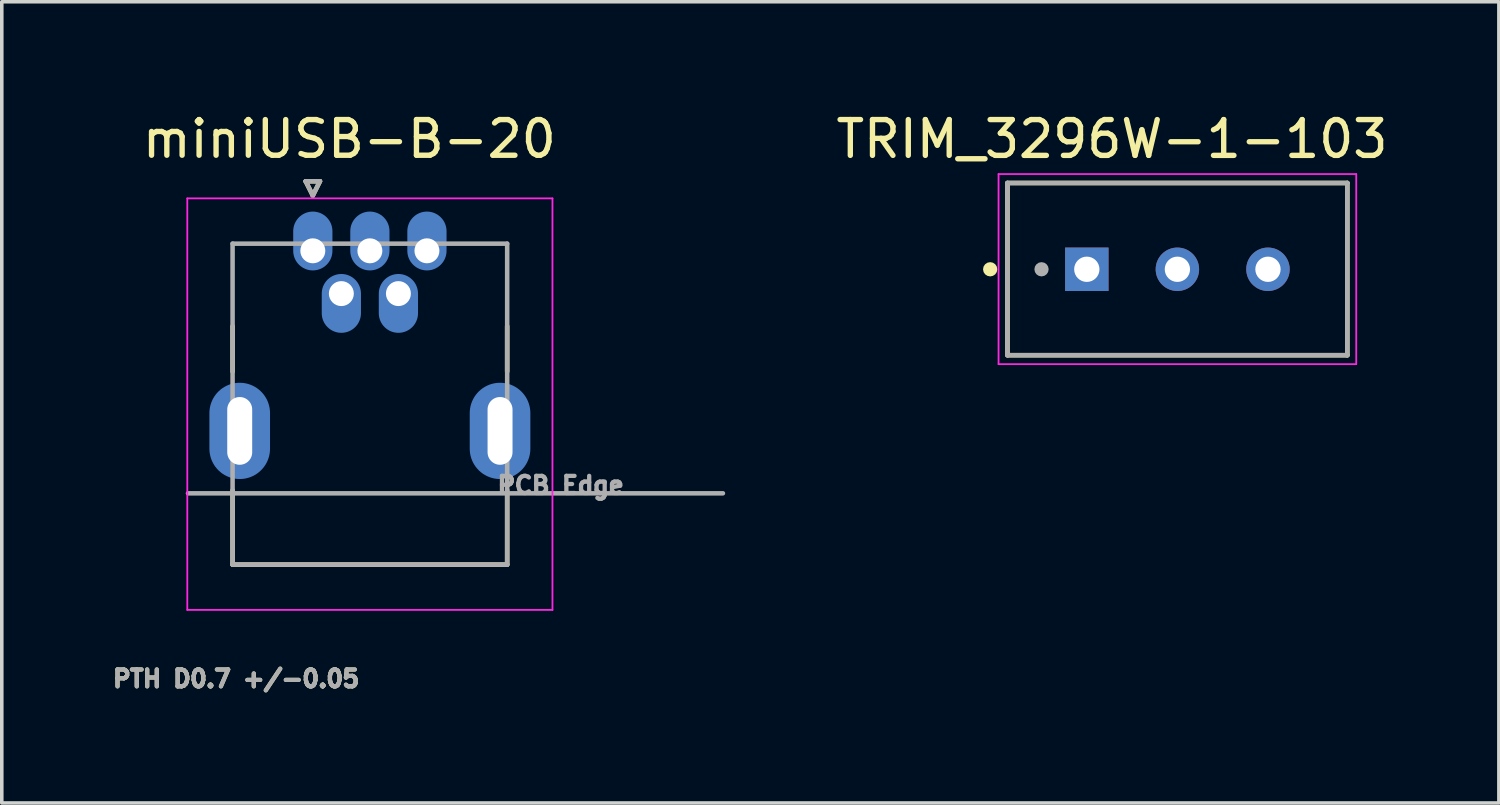
<source format=kicad_pcb>
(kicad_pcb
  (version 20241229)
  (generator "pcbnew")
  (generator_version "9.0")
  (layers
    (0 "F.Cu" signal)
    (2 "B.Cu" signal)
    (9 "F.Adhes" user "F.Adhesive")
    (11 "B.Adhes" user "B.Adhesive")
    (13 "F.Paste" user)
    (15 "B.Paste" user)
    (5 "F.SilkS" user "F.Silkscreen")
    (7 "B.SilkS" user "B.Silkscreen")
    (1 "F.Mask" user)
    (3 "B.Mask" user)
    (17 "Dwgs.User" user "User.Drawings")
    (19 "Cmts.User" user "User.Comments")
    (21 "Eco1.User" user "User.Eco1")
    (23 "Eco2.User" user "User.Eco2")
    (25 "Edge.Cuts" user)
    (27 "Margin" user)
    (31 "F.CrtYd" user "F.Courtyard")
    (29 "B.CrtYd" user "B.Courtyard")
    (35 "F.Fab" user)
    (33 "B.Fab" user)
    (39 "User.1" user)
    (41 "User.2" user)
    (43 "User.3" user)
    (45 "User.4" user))
  (footprint "TRIM_3296W-1-103"
    (layer "F.Cu")
    (at 29.966 4.501)
    (property "Reference" "TRIM_3296W-1-103" (at -1.833 -3.651 0) (layer "F.SilkS") (effects (font (size 1.004 1.004) (thickness 0.15))))
    (attr through_hole)
    (fp_line (start -4.765 -2.42) (end 4.765 -2.42) (stroke (width 0.127) (type solid)) (layer "F.SilkS"))
    (fp_line (start -4.765 2.41) (end -4.765 -2.42) (stroke (width 0.127) (type solid)) (layer "F.SilkS"))
    (fp_line (start 4.765 -2.42) (end 4.765 2.41) (stroke (width 0.127) (type solid)) (layer "F.SilkS"))
    (fp_line (start 4.765 2.41) (end -4.765 2.41) (stroke (width 0.127) (type solid)) (layer "F.SilkS"))
    (fp_circle (center -5.25 0) (end -5.15 0) (stroke (width 0.2) (type solid)) (fill no) (layer "F.SilkS"))
    (fp_line (start -5.015 -2.67) (end 5.015 -2.67) (stroke (width 0.05) (type solid)) (layer "F.CrtYd"))
    (fp_line (start -5.015 2.66) (end -5.015 -2.67) (stroke (width 0.05) (type solid)) (layer "F.CrtYd"))
    (fp_line (start 5.015 -2.67) (end 5.015 2.66) (stroke (width 0.05) (type solid)) (layer "F.CrtYd"))
    (fp_line (start 5.015 2.66) (end -5.015 2.66) (stroke (width 0.05) (type solid)) (layer "F.CrtYd"))
    (fp_line (start -4.765 -2.42) (end 4.765 -2.42) (stroke (width 0.127) (type solid)) (layer "F.Fab"))
    (fp_line (start -4.765 2.41) (end -4.765 -2.42) (stroke (width 0.127) (type solid)) (layer "F.Fab"))
    (fp_line (start 4.765 -2.42) (end 4.765 2.41) (stroke (width 0.127) (type solid)) (layer "F.Fab"))
    (fp_line (start 4.765 2.41) (end -4.765 2.41) (stroke (width 0.127) (type solid)) (layer "F.Fab"))
    (fp_circle (center -3.81 0) (end -3.71 0) (stroke (width 0.2) (type solid)) (fill no) (layer "F.Fab"))
    (pad "1" thru_hole rect (at -2.54 0) (size 1.218 1.218) (drill 0.71) (layers "*.Cu" "*.Mask"))
    (pad "2" thru_hole circle (at 0 0) (size 1.218 1.218) (drill 0.71) (layers "*.Cu" "*.Mask"))
    (pad "3" thru_hole circle (at 2.54 0) (size 1.218 1.218) (drill 0.71) (layers "*.Cu" "*.Mask")))
  (footprint "miniUSB-B-20"
    (layer "F.Cu")
    (at 7.322 3.983)
    (property "Reference" "miniUSB-B-20" (at -0.575 -3.135 0) (layer "F.SilkS") (effects (font (size 1 1) (thickness 0.15))))
    (attr smd)
    (fp_poly (pts (xy -3.011 4.411) (xy -3.011 5.689) (xy -3.024 5.755) (xy -3.041 5.814) (xy -3.063 5.871) (xy -3.091 5.925) (xy -3.124 5.977) (xy -3.162 6.026) (xy -3.205 6.07) (xy -3.251 6.11) (xy -3.301 6.146) (xy -3.354 6.177) (xy -3.41 6.202) (xy -3.468 6.223) (xy -3.528 6.237) (xy -3.589 6.246) (xy -3.65 6.249) (xy -3.711 6.246) (xy -3.772 6.237) (xy -3.832 6.223) (xy -3.89 6.202) (xy -3.946 6.177) (xy -3.999 6.146) (xy -4.049 6.11) (xy -4.095 6.07) (xy -4.138 6.026) (xy -4.176 5.977) (xy -4.209 5.925) (xy -4.237 5.871) (xy -4.259 5.814) (xy -4.276 5.755) (xy -4.289 5.689) (xy -4.289 4.411) (xy -4.276 4.345) (xy -4.259 4.286) (xy -4.237 4.229) (xy -4.209 4.175) (xy -4.176 4.123) (xy -4.138 4.074) (xy -4.095 4.03) (xy -4.049 3.99) (xy -3.999 3.954) (xy -3.946 3.923) (xy -3.89 3.898) (xy -3.832 3.877) (xy -3.772 3.863) (xy -3.711 3.854) (xy -3.65 3.851) (xy -3.589 3.854) (xy -3.528 3.863) (xy -3.468 3.877) (xy -3.41 3.898) (xy -3.354 3.923) (xy -3.301 3.954) (xy -3.251 3.99) (xy -3.205 4.03) (xy -3.162 4.074) (xy -3.124 4.123) (xy -3.091 4.175) (xy -3.063 4.229) (xy -3.041 4.286) (xy -3.024 4.345) (xy -3.011 4.411) (xy -3.011 4.411)) (stroke (width 0.01) (type solid)) (fill yes) (layer "F.Mask"))
    (fp_poly (pts (xy 4.289 4.411) (xy 4.289 5.689) (xy 4.276 5.755) (xy 4.259 5.814) (xy 4.237 5.871) (xy 4.209 5.925) (xy 4.176 5.977) (xy 4.138 6.026) (xy 4.095 6.07) (xy 4.049 6.11) (xy 3.999 6.146) (xy 3.946 6.177) (xy 3.89 6.202) (xy 3.832 6.223) (xy 3.772 6.237) (xy 3.711 6.246) (xy 3.65 6.249) (xy 3.589 6.246) (xy 3.528 6.237) (xy 3.468 6.223) (xy 3.41 6.202) (xy 3.354 6.177) (xy 3.301 6.146) (xy 3.251 6.11) (xy 3.205 6.07) (xy 3.162 6.026) (xy 3.124 5.977) (xy 3.091 5.925) (xy 3.063 5.871) (xy 3.041 5.814) (xy 3.024 5.755) (xy 3.011 5.689) (xy 3.011 4.411) (xy 3.024 4.345) (xy 3.041 4.286) (xy 3.063 4.229) (xy 3.091 4.175) (xy 3.124 4.123) (xy 3.162 4.074) (xy 3.205 4.03) (xy 3.251 3.99) (xy 3.301 3.954) (xy 3.354 3.923) (xy 3.41 3.898) (xy 3.468 3.877) (xy 3.528 3.863) (xy 3.589 3.854) (xy 3.65 3.851) (xy 3.711 3.854) (xy 3.772 3.863) (xy 3.832 3.877) (xy 3.89 3.898) (xy 3.946 3.923) (xy 3.999 3.954) (xy 4.049 3.99) (xy 4.095 4.03) (xy 4.138 4.074) (xy 4.176 4.123) (xy 4.209 4.175) (xy 4.237 4.229) (xy 4.259 4.286) (xy 4.276 4.345) (xy 4.289 4.411) (xy 4.289 4.411)) (stroke (width 0.01) (type solid)) (fill yes) (layer "F.Mask"))
    (fp_poly (pts (xy -2.724 4.55) (xy -2.724 5.55) (xy -2.729 5.647) (xy -2.744 5.743) (xy -2.769 5.836) (xy -2.804 5.927) (xy -2.848 6.013) (xy -2.901 6.094) (xy -2.962 6.17) (xy -3.03 6.238) (xy -3.106 6.299) (xy -3.187 6.352) (xy -3.273 6.396) (xy -3.364 6.431) (xy -3.457 6.456) (xy -3.553 6.471) (xy -3.65 6.476) (xy -3.747 6.471) (xy -3.843 6.456) (xy -3.936 6.431) (xy -4.027 6.396) (xy -4.113 6.352) (xy -4.194 6.299) (xy -4.27 6.238) (xy -4.338 6.17) (xy -4.399 6.094) (xy -4.452 6.013) (xy -4.496 5.927) (xy -4.531 5.836) (xy -4.556 5.743) (xy -4.571 5.647) (xy -4.576 5.55) (xy -4.576 4.55) (xy -4.571 4.453) (xy -4.556 4.357) (xy -4.531 4.264) (xy -4.496 4.173) (xy -4.452 4.087) (xy -4.399 4.006) (xy -4.338 3.93) (xy -4.27 3.862) (xy -4.194 3.801) (xy -4.113 3.748) (xy -4.027 3.704) (xy -3.936 3.669) (xy -3.843 3.644) (xy -3.747 3.629) (xy -3.65 3.624) (xy -3.553 3.629) (xy -3.457 3.644) (xy -3.364 3.669) (xy -3.273 3.704) (xy -3.187 3.748) (xy -3.106 3.801) (xy -3.03 3.862) (xy -2.962 3.93) (xy -2.901 4.006) (xy -2.848 4.087) (xy -2.804 4.173) (xy -2.769 4.264) (xy -2.744 4.357) (xy -2.729 4.453) (xy -2.724 4.55) (xy -2.724 4.55)) (stroke (width 0.01) (type solid)) (fill yes) (layer "B.Mask"))
    (fp_poly (pts (xy -0.974 -0.55) (xy -0.974 0) (xy -0.977 0.065) (xy -0.987 0.13) (xy -1.004 0.194) (xy -1.028 0.255) (xy -1.058 0.313) (xy -1.093 0.368) (xy -1.135 0.419) (xy -1.181 0.465) (xy -1.232 0.507) (xy -1.287 0.542) (xy -1.345 0.572) (xy -1.406 0.596) (xy -1.47 0.613) (xy -1.535 0.623) (xy -1.6 0.626) (xy -1.665 0.623) (xy -1.73 0.613) (xy -1.794 0.596) (xy -1.855 0.572) (xy -1.913 0.542) (xy -1.968 0.507) (xy -2.019 0.465) (xy -2.065 0.419) (xy -2.107 0.368) (xy -2.142 0.313) (xy -2.172 0.255) (xy -2.196 0.194) (xy -2.213 0.13) (xy -2.223 0.065) (xy -2.226 0) (xy -2.226 -0.55) (xy -2.223 -0.615) (xy -2.213 -0.68) (xy -2.196 -0.744) (xy -2.172 -0.805) (xy -2.142 -0.863) (xy -2.107 -0.918) (xy -2.065 -0.969) (xy -2.019 -1.015) (xy -1.968 -1.057) (xy -1.913 -1.092) (xy -1.855 -1.122) (xy -1.794 -1.146) (xy -1.73 -1.163) (xy -1.665 -1.173) (xy -1.6 -1.176) (xy -1.535 -1.173) (xy -1.47 -1.163) (xy -1.406 -1.146) (xy -1.345 -1.122) (xy -1.287 -1.092) (xy -1.232 -1.057) (xy -1.181 -1.015) (xy -1.135 -0.969) (xy -1.093 -0.918) (xy -1.058 -0.863) (xy -1.028 -0.805) (xy -1.004 -0.744) (xy -0.987 -0.68) (xy -0.977 -0.615) (xy -0.974 -0.55) (xy -0.974 -0.55)) (stroke (width 0.01) (type solid)) (fill yes) (layer "B.Mask"))
    (fp_poly (pts (xy -0.174 1.2) (xy -0.174 1.75) (xy -0.177 1.815) (xy -0.187 1.88) (xy -0.204 1.944) (xy -0.228 2.005) (xy -0.258 2.063) (xy -0.293 2.118) (xy -0.335 2.169) (xy -0.381 2.215) (xy -0.432 2.257) (xy -0.487 2.292) (xy -0.545 2.322) (xy -0.606 2.346) (xy -0.67 2.363) (xy -0.735 2.373) (xy -0.8 2.376) (xy -0.865 2.373) (xy -0.93 2.363) (xy -0.994 2.346) (xy -1.055 2.322) (xy -1.113 2.292) (xy -1.168 2.257) (xy -1.219 2.215) (xy -1.265 2.169) (xy -1.307 2.118) (xy -1.342 2.063) (xy -1.372 2.005) (xy -1.396 1.944) (xy -1.413 1.88) (xy -1.423 1.815) (xy -1.426 1.75) (xy -1.426 1.2) (xy -1.423 1.135) (xy -1.413 1.07) (xy -1.396 1.006) (xy -1.372 0.945) (xy -1.342 0.887) (xy -1.307 0.832) (xy -1.265 0.781) (xy -1.219 0.735) (xy -1.168 0.693) (xy -1.113 0.658) (xy -1.055 0.628) (xy -0.994 0.604) (xy -0.93 0.587) (xy -0.865 0.577) (xy -0.8 0.574) (xy -0.735 0.577) (xy -0.67 0.587) (xy -0.606 0.604) (xy -0.545 0.628) (xy -0.487 0.658) (xy -0.432 0.693) (xy -0.381 0.735) (xy -0.335 0.781) (xy -0.293 0.832) (xy -0.258 0.887) (xy -0.228 0.945) (xy -0.204 1.006) (xy -0.187 1.07) (xy -0.177 1.135) (xy -0.174 1.2) (xy -0.174 1.2)) (stroke (width 0.01) (type solid)) (fill yes) (layer "B.Mask"))
    (fp_poly (pts (xy 0.626 -0.55) (xy 0.626 0) (xy 0.623 0.065) (xy 0.613 0.13) (xy 0.596 0.194) (xy 0.572 0.255) (xy 0.542 0.313) (xy 0.507 0.368) (xy 0.465 0.419) (xy 0.419 0.465) (xy 0.368 0.507) (xy 0.313 0.542) (xy 0.255 0.572) (xy 0.194 0.596) (xy 0.13 0.613) (xy 0.065 0.623) (xy 0 0.626) (xy -0.065 0.623) (xy -0.13 0.613) (xy -0.194 0.596) (xy -0.255 0.572) (xy -0.313 0.542) (xy -0.368 0.507) (xy -0.419 0.465) (xy -0.465 0.419) (xy -0.507 0.368) (xy -0.542 0.313) (xy -0.572 0.255) (xy -0.596 0.194) (xy -0.613 0.13) (xy -0.623 0.065) (xy -0.626 0) (xy -0.626 -0.55) (xy -0.623 -0.615) (xy -0.613 -0.68) (xy -0.596 -0.744) (xy -0.572 -0.805) (xy -0.542 -0.863) (xy -0.507 -0.918) (xy -0.465 -0.969) (xy -0.419 -1.015) (xy -0.368 -1.057) (xy -0.313 -1.092) (xy -0.255 -1.122) (xy -0.194 -1.146) (xy -0.13 -1.163) (xy -0.065 -1.173) (xy 0 -1.176) (xy 0.065 -1.173) (xy 0.13 -1.163) (xy 0.194 -1.146) (xy 0.255 -1.122) (xy 0.313 -1.092) (xy 0.368 -1.057) (xy 0.419 -1.015) (xy 0.465 -0.969) (xy 0.507 -0.918) (xy 0.542 -0.863) (xy 0.572 -0.805) (xy 0.596 -0.744) (xy 0.613 -0.68) (xy 0.623 -0.615) (xy 0.626 -0.55) (xy 0.626 -0.55)) (stroke (width 0.01) (type solid)) (fill yes) (layer "B.Mask"))
    (fp_poly (pts (xy 1.426 1.2) (xy 1.426 1.75) (xy 1.423 1.815) (xy 1.413 1.88) (xy 1.396 1.944) (xy 1.372 2.005) (xy 1.342 2.063) (xy 1.307 2.118) (xy 1.265 2.169) (xy 1.219 2.215) (xy 1.168 2.257) (xy 1.113 2.292) (xy 1.055 2.322) (xy 0.994 2.346) (xy 0.93 2.363) (xy 0.865 2.373) (xy 0.8 2.376) (xy 0.735 2.373) (xy 0.67 2.363) (xy 0.606 2.346) (xy 0.545 2.322) (xy 0.487 2.292) (xy 0.432 2.257) (xy 0.381 2.215) (xy 0.335 2.169) (xy 0.293 2.118) (xy 0.258 2.063) (xy 0.228 2.005) (xy 0.204 1.944) (xy 0.187 1.88) (xy 0.177 1.815) (xy 0.174 1.75) (xy 0.174 1.2) (xy 0.177 1.135) (xy 0.187 1.07) (xy 0.204 1.006) (xy 0.228 0.945) (xy 0.258 0.887) (xy 0.293 0.832) (xy 0.335 0.781) (xy 0.381 0.735) (xy 0.432 0.693) (xy 0.487 0.658) (xy 0.545 0.628) (xy 0.606 0.604) (xy 0.67 0.587) (xy 0.735 0.577) (xy 0.8 0.574) (xy 0.865 0.577) (xy 0.93 0.587) (xy 0.994 0.604) (xy 1.055 0.628) (xy 1.113 0.658) (xy 1.168 0.693) (xy 1.219 0.735) (xy 1.265 0.781) (xy 1.307 0.832) (xy 1.342 0.887) (xy 1.372 0.945) (xy 1.396 1.006) (xy 1.413 1.07) (xy 1.423 1.135) (xy 1.426 1.2) (xy 1.426 1.2)) (stroke (width 0.01) (type solid)) (fill yes) (layer "B.Mask"))
    (fp_poly (pts (xy 2.226 -0.55) (xy 2.226 0) (xy 2.223 0.065) (xy 2.213 0.13) (xy 2.196 0.194) (xy 2.172 0.255) (xy 2.142 0.313) (xy 2.107 0.368) (xy 2.065 0.419) (xy 2.019 0.465) (xy 1.968 0.507) (xy 1.913 0.542) (xy 1.855 0.572) (xy 1.794 0.596) (xy 1.73 0.613) (xy 1.665 0.623) (xy 1.6 0.626) (xy 1.535 0.623) (xy 1.47 0.613) (xy 1.406 0.596) (xy 1.345 0.572) (xy 1.287 0.542) (xy 1.232 0.507) (xy 1.181 0.465) (xy 1.135 0.419) (xy 1.093 0.368) (xy 1.058 0.313) (xy 1.028 0.255) (xy 1.004 0.194) (xy 0.987 0.13) (xy 0.977 0.065) (xy 0.974 0) (xy 0.974 -0.55) (xy 0.977 -0.615) (xy 0.987 -0.68) (xy 1.004 -0.744) (xy 1.028 -0.805) (xy 1.058 -0.863) (xy 1.093 -0.918) (xy 1.135 -0.969) (xy 1.181 -1.015) (xy 1.232 -1.057) (xy 1.287 -1.092) (xy 1.345 -1.122) (xy 1.406 -1.146) (xy 1.47 -1.163) (xy 1.535 -1.173) (xy 1.6 -1.176) (xy 1.665 -1.173) (xy 1.73 -1.163) (xy 1.794 -1.146) (xy 1.855 -1.122) (xy 1.913 -1.092) (xy 1.968 -1.057) (xy 2.019 -1.015) (xy 2.065 -0.969) (xy 2.107 -0.918) (xy 2.142 -0.863) (xy 2.172 -0.805) (xy 2.196 -0.744) (xy 2.213 -0.68) (xy 2.223 -0.615) (xy 2.226 -0.55) (xy 2.226 -0.55)) (stroke (width 0.01) (type solid)) (fill yes) (layer "B.Mask"))
    (fp_poly (pts (xy 4.576 4.55) (xy 4.576 5.55) (xy 4.571 5.647) (xy 4.556 5.743) (xy 4.531 5.836) (xy 4.496 5.927) (xy 4.452 6.013) (xy 4.399 6.094) (xy 4.338 6.17) (xy 4.27 6.238) (xy 4.194 6.299) (xy 4.113 6.352) (xy 4.027 6.396) (xy 3.936 6.431) (xy 3.843 6.456) (xy 3.747 6.471) (xy 3.65 6.476) (xy 3.553 6.471) (xy 3.457 6.456) (xy 3.364 6.431) (xy 3.273 6.396) (xy 3.187 6.352) (xy 3.106 6.299) (xy 3.03 6.238) (xy 2.962 6.17) (xy 2.901 6.094) (xy 2.848 6.013) (xy 2.804 5.927) (xy 2.769 5.836) (xy 2.744 5.743) (xy 2.729 5.647) (xy 2.724 5.55) (xy 2.724 4.55) (xy 2.729 4.453) (xy 2.744 4.357) (xy 2.769 4.264) (xy 2.804 4.173) (xy 2.848 4.087) (xy 2.901 4.006) (xy 2.962 3.93) (xy 3.03 3.862) (xy 3.106 3.801) (xy 3.187 3.748) (xy 3.273 3.704) (xy 3.364 3.669) (xy 3.457 3.644) (xy 3.553 3.629) (xy 3.65 3.624) (xy 3.747 3.629) (xy 3.843 3.644) (xy 3.936 3.669) (xy 4.027 3.704) (xy 4.113 3.748) (xy 4.194 3.801) (xy 4.27 3.862) (xy 4.338 3.93) (xy 4.399 4.006) (xy 4.452 4.087) (xy 4.496 4.173) (xy 4.531 4.264) (xy 4.556 4.357) (xy 4.571 4.453) (xy 4.576 4.55) (xy 4.576 4.55)) (stroke (width 0.01) (type solid)) (fill yes) (layer "B.Mask"))
    (fp_line (start -3.85 3.386) (end -3.85 2.114) (stroke (width 0.127) (type solid)) (layer "F.SilkS"))
    (fp_line (start -3.85 8.8) (end -3.85 6.713) (stroke (width 0.127) (type solid)) (layer "F.SilkS"))
    (fp_line (start -1.8 -1.95) (end -1.6 -1.55) (stroke (width 0.127) (type solid)) (layer "F.SilkS"))
    (fp_line (start -1.4 -1.95) (end -1.8 -1.95) (stroke (width 0.127) (type solid)) (layer "F.SilkS"))
    (fp_line (start -1.4 -1.95) (end -1.6 -1.55) (stroke (width 0.127) (type solid)) (layer "F.SilkS"))
    (fp_line (start 3.85 2.114) (end 3.85 3.386) (stroke (width 0.127) (type solid)) (layer "F.SilkS"))
    (fp_line (start 3.85 6.713) (end 3.85 8.8) (stroke (width 0.127) (type solid)) (layer "F.SilkS"))
    (fp_line (start 3.85 8.8) (end -3.85 8.8) (stroke (width 0.127) (type solid)) (layer "F.SilkS"))
    (fp_line (start -5.12 -1.47) (end 5.12 -1.47) (stroke (width 0.05) (type solid)) (layer "F.CrtYd"))
    (fp_line (start -5.12 10.07) (end -5.12 -1.47) (stroke (width 0.05) (type solid)) (layer "F.CrtYd"))
    (fp_line (start 5.12 -1.47) (end 5.12 10.07) (stroke (width 0.05) (type solid)) (layer "F.CrtYd"))
    (fp_line (start 5.12 10.07) (end -5.12 10.07) (stroke (width 0.05) (type solid)) (layer "F.CrtYd"))
    (fp_line (start -5.1 6.8) (end -3.85 6.8) (stroke (width 0.127) (type solid)) (layer "F.Fab"))
    (fp_line (start -3.85 -0.2) (end 3.85 -0.2) (stroke (width 0.127) (type solid)) (layer "F.Fab"))
    (fp_line (start -3.85 6.8) (end -3.85 -0.2) (stroke (width 0.127) (type solid)) (layer "F.Fab"))
    (fp_line (start -3.85 8.8) (end -3.85 6.8) (stroke (width 0.127) (type solid)) (layer "F.Fab"))
    (fp_line (start -1.8 -1.95) (end -1.6 -1.55) (stroke (width 0.127) (type solid)) (layer "F.Fab"))
    (fp_line (start -1.4 -1.95) (end -1.8 -1.95) (stroke (width 0.127) (type solid)) (layer "F.Fab"))
    (fp_line (start -1.4 -1.95) (end -1.6 -1.55) (stroke (width 0.127) (type solid)) (layer "F.Fab"))
    (fp_line (start 3.85 -0.2) (end 3.85 6.8) (stroke (width 0.127) (type solid)) (layer "F.Fab"))
    (fp_line (start 3.85 6.8) (end -3.85 6.8) (stroke (width 0.127) (type solid)) (layer "F.Fab"))
    (fp_line (start 3.85 6.8) (end 3.85 8.8) (stroke (width 0.127) (type solid)) (layer "F.Fab"))
    (fp_line (start 3.85 6.8) (end 9.9 6.8) (stroke (width 0.127) (type solid)) (layer "F.Fab"))
    (fp_line (start 3.85 8.8) (end -3.85 8.8) (stroke (width 0.127) (type solid)) (layer "F.Fab"))
    (fp_text user "PTH D0.7 +/-0.05" (at -3.75 12 0) (layer "F.SilkS") (effects (font (size 0.472 0.472) (thickness 0.15))))
    (fp_text user "PTH D0.7 +/-0.05" (at -3.75 12 0) (layer "F.Fab") (effects (font (size 0.472 0.472) (thickness 0.15))))
    (fp_text user "PCB Edge" (at 5.35 6.575 0) (layer "F.Fab") (effects (font (size 0.48 0.48) (thickness 0.15))))
    (pad "1" smd oval (at -1.6 -0.275) (size 1.1 1.65) (layers "B.Cu"))
    (pad "2" smd oval (at -0.8 1.475) (size 1.1 1.65) (layers "B.Cu"))
    (pad "3" smd oval (at 0 -0.275) (size 1.1 1.65) (layers "B.Cu"))
    (pad "4" smd oval (at 0.8 1.475) (size 1.1 1.65) (layers "B.Cu"))
    (pad "5" smd oval (at 1.6 -0.275) (size 1.1 1.65) (layers "B.Cu"))
    (pad "6" thru_hole circle (at -1.6 0) (size 1.05 1.05) (drill 0.7) (layers "*.Cu" "*.Mask"))
    (pad "7" thru_hole circle (at -0.8 1.2) (size 1.05 1.05) (drill 0.7) (layers "*.Cu" "*.Mask"))
    (pad "8" thru_hole circle (at 0 0) (size 1.05 1.05) (drill 0.7) (layers "*.Cu" "*.Mask"))
    (pad "9" thru_hole circle (at 0.8 1.2) (size 1.05 1.05) (drill 0.7) (layers "*.Cu" "*.Mask"))
    (pad "10" thru_hole circle (at 1.6 0) (size 1.05 1.05) (drill 0.7) (layers "*.Cu" "*.Mask"))
    (pad "11" thru_hole oval (at -3.65 5.05) (size 1.123 2.245) (drill oval 0.7 1.9) (layers "*.Cu"))
    (pad "12" thru_hole oval (at 3.65 5.05) (size 1.123 2.245) (drill oval 0.7 1.9) (layers "*.Cu"))
    (pad "S1" smd oval (at -3.65 5.05) (size 1.7 2.7) (layers "B.Cu"))
    (pad "S2" smd oval (at 3.65 5.05) (size 1.7 2.7) (layers "B.Cu"))
    (zone (net_name "") (layer "F.Cu") (hatch full 0.508) (connect_pads) (min_thickness 0.01) (filled_areas_thickness no) (keepout (tracks not_allowed) (vias not_allowed) (pads not_allowed) (copperpour not_allowed) (footprints allowed)) (placement (enabled no)) (fill) (polygon (pts (xy 2.922 3.283) (xy 4.322 3.283) (xy 4.322 5.783) (xy 2.922 5.783))))
    (zone (net_name "") (layer "F.Cu") (hatch full 0.508) (connect_pads) (min_thickness 0.01) (filled_areas_thickness no) (keepout (tracks not_allowed) (vias not_allowed) (pads not_allowed) (copperpour not_allowed) (footprints allowed)) (placement (enabled no)) (fill) (polygon (pts (xy 4.222 9.583) (xy 10.422 9.583) (xy 10.422 10.783) (xy 4.222 10.783))))
    (zone (net_name "") (layer "F.Cu") (hatch full 0.508) (connect_pads) (min_thickness 0.01) (filled_areas_thickness no) (keepout (tracks not_allowed) (vias not_allowed) (pads not_allowed) (copperpour not_allowed) (footprints allowed)) (placement (enabled no)) (fill) (polygon (pts (xy 10.322 3.283) (xy 11.722 3.283) (xy 11.722 5.783) (xy 10.322 5.783))))
    (zone (net_name "") (layers "F.Cu" "B.Cu") (hatch full 0.508) (connect_pads) (min_thickness 0.01) (filled_areas_thickness no) (keepout (tracks allowed) (vias not_allowed) (pads allowed) (copperpour allowed) (footprints allowed)) (placement (enabled no)) (fill) (polygon (pts (xy 2.922 3.283) (xy 4.322 3.283) (xy 4.322 5.783) (xy 2.922 5.783))))
    (zone (net_name "") (layers "F.Cu" "B.Cu") (hatch full 0.508) (connect_pads) (min_thickness 0.01) (filled_areas_thickness no) (keepout (tracks allowed) (vias not_allowed) (pads allowed) (copperpour allowed) (footprints allowed)) (placement (enabled no)) (fill) (polygon (pts (xy 4.222 9.583) (xy 10.422 9.583) (xy 10.422 10.783) (xy 4.222 10.783))))
    (zone (net_name "") (layers "F.Cu" "B.Cu") (hatch full 0.508) (connect_pads) (min_thickness 0.01) (filled_areas_thickness no) (keepout (tracks allowed) (vias not_allowed) (pads allowed) (copperpour allowed) (footprints allowed)) (placement (enabled no)) (fill) (polygon (pts (xy 10.322 3.283) (xy 11.722 3.283) (xy 11.722 5.783) (xy 10.322 5.783)))))
  (gr_rect
    (start -3 -3)
    (end 38.981 19.467)
    (stroke (width 0.1) (type default))
    (fill no)
    (layer "Edge.Cuts")))
</source>
